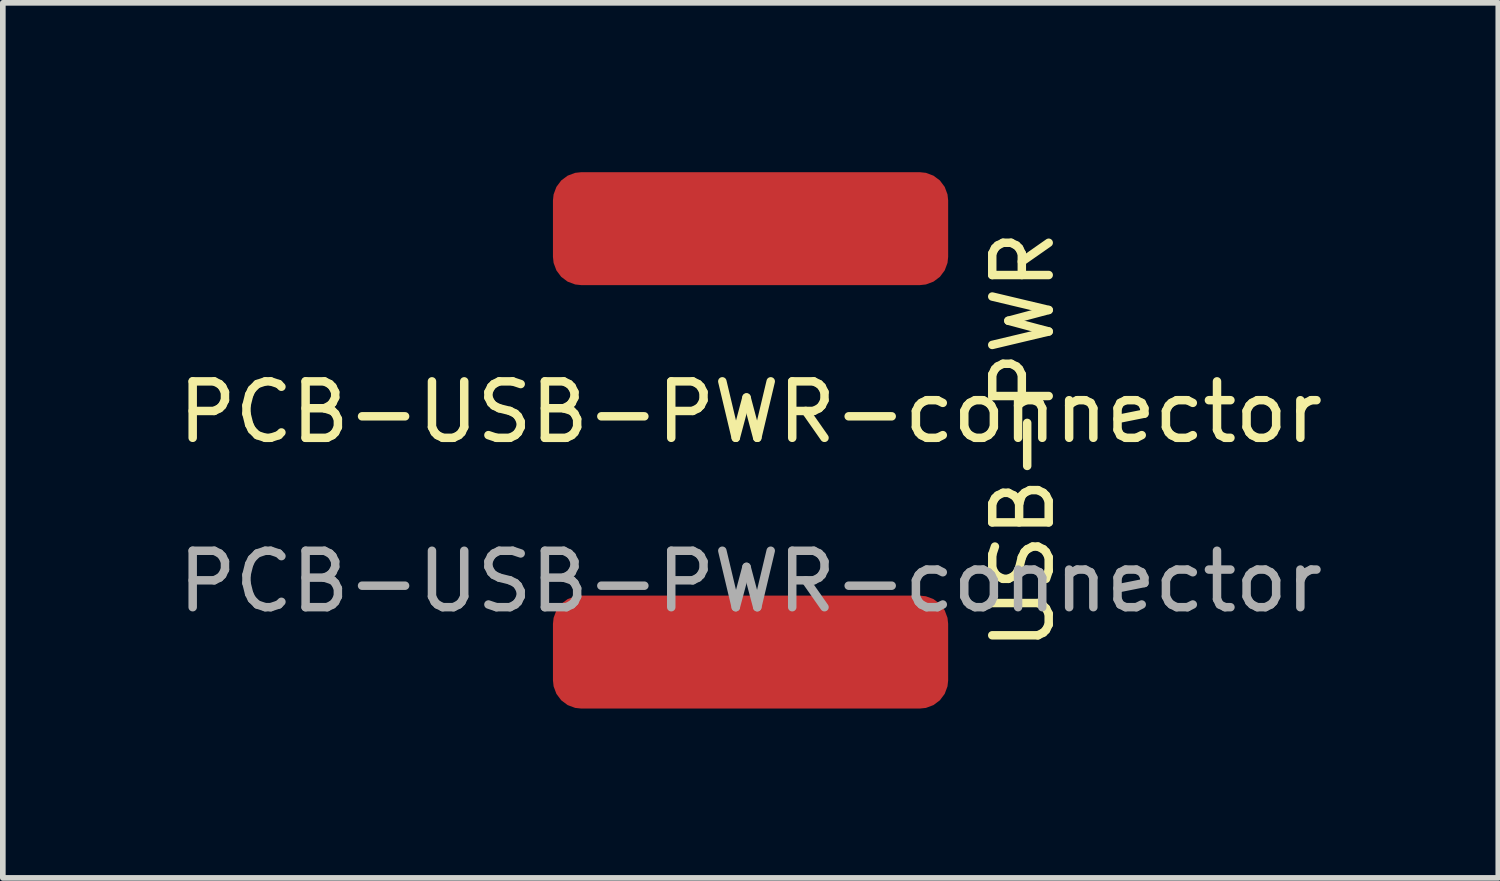
<source format=kicad_pcb>
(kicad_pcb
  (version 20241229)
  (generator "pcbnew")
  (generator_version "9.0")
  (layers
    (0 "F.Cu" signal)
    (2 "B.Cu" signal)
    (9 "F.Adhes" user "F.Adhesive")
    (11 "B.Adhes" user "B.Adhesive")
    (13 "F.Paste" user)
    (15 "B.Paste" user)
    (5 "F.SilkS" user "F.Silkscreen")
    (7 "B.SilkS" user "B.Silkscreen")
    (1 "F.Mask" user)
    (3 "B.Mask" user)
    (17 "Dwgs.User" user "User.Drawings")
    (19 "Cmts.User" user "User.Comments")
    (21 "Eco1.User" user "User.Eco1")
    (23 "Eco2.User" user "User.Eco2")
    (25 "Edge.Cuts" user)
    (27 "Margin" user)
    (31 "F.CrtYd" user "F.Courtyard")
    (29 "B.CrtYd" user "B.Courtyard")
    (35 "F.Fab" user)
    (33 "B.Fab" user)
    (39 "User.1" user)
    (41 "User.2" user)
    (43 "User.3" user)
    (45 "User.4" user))
  (footprint "PCB-USB-PWR-connector"
    (layer "F.Cu")
    (at 10.244 4.75)
    (property "Reference" "PCB-USB-PWR-connector" (at 0 -0.5 0) (unlocked yes) (layer "F.SilkS") (effects (font (size 1 1) (thickness 0.15))))
    (attr smd)
    (fp_text user "USB-PWR" (at 4.826 0 90) (unlocked yes) (layer "F.SilkS") (effects (font (size 1 1) (thickness 0.15))))
    (fp_text user "${REFERENCE}" (at 0 2.5 0) (unlocked yes) (layer "F.Fab") (effects (font (size 1 1) (thickness 0.15))))
    (pad "1" smd roundrect (at 0 3.75) (size 7 2) (layers "F.Cu" "F.Mask" "F.Paste") (roundrect_rratio 0.25))
    (pad "2" smd roundrect (at 0 -3.75) (size 7 2) (layers "F.Cu" "F.Mask" "F.Paste") (roundrect_rratio 0.25))
    (zone (net_name "") (layer "F.Cu") (hatch full 0.508) (connect_pads) (min_thickness 0.254) (filled_areas_thickness no) (keepout (tracks allowed) (vias allowed) (pads not_allowed) (copperpour not_allowed) (footprints not_allowed)) (placement (enabled no)) (fill) (polygon (pts (xy 19.134 9.322) (xy 14.054 9.322) (xy 14.054 0.178) (xy 19.134 0.178)))))
  (gr_rect
    (start -3 -3)
    (end 23.488 12.5)
    (stroke (width 0.1) (type default))
    (fill no)
    (layer "Edge.Cuts")))
</source>
